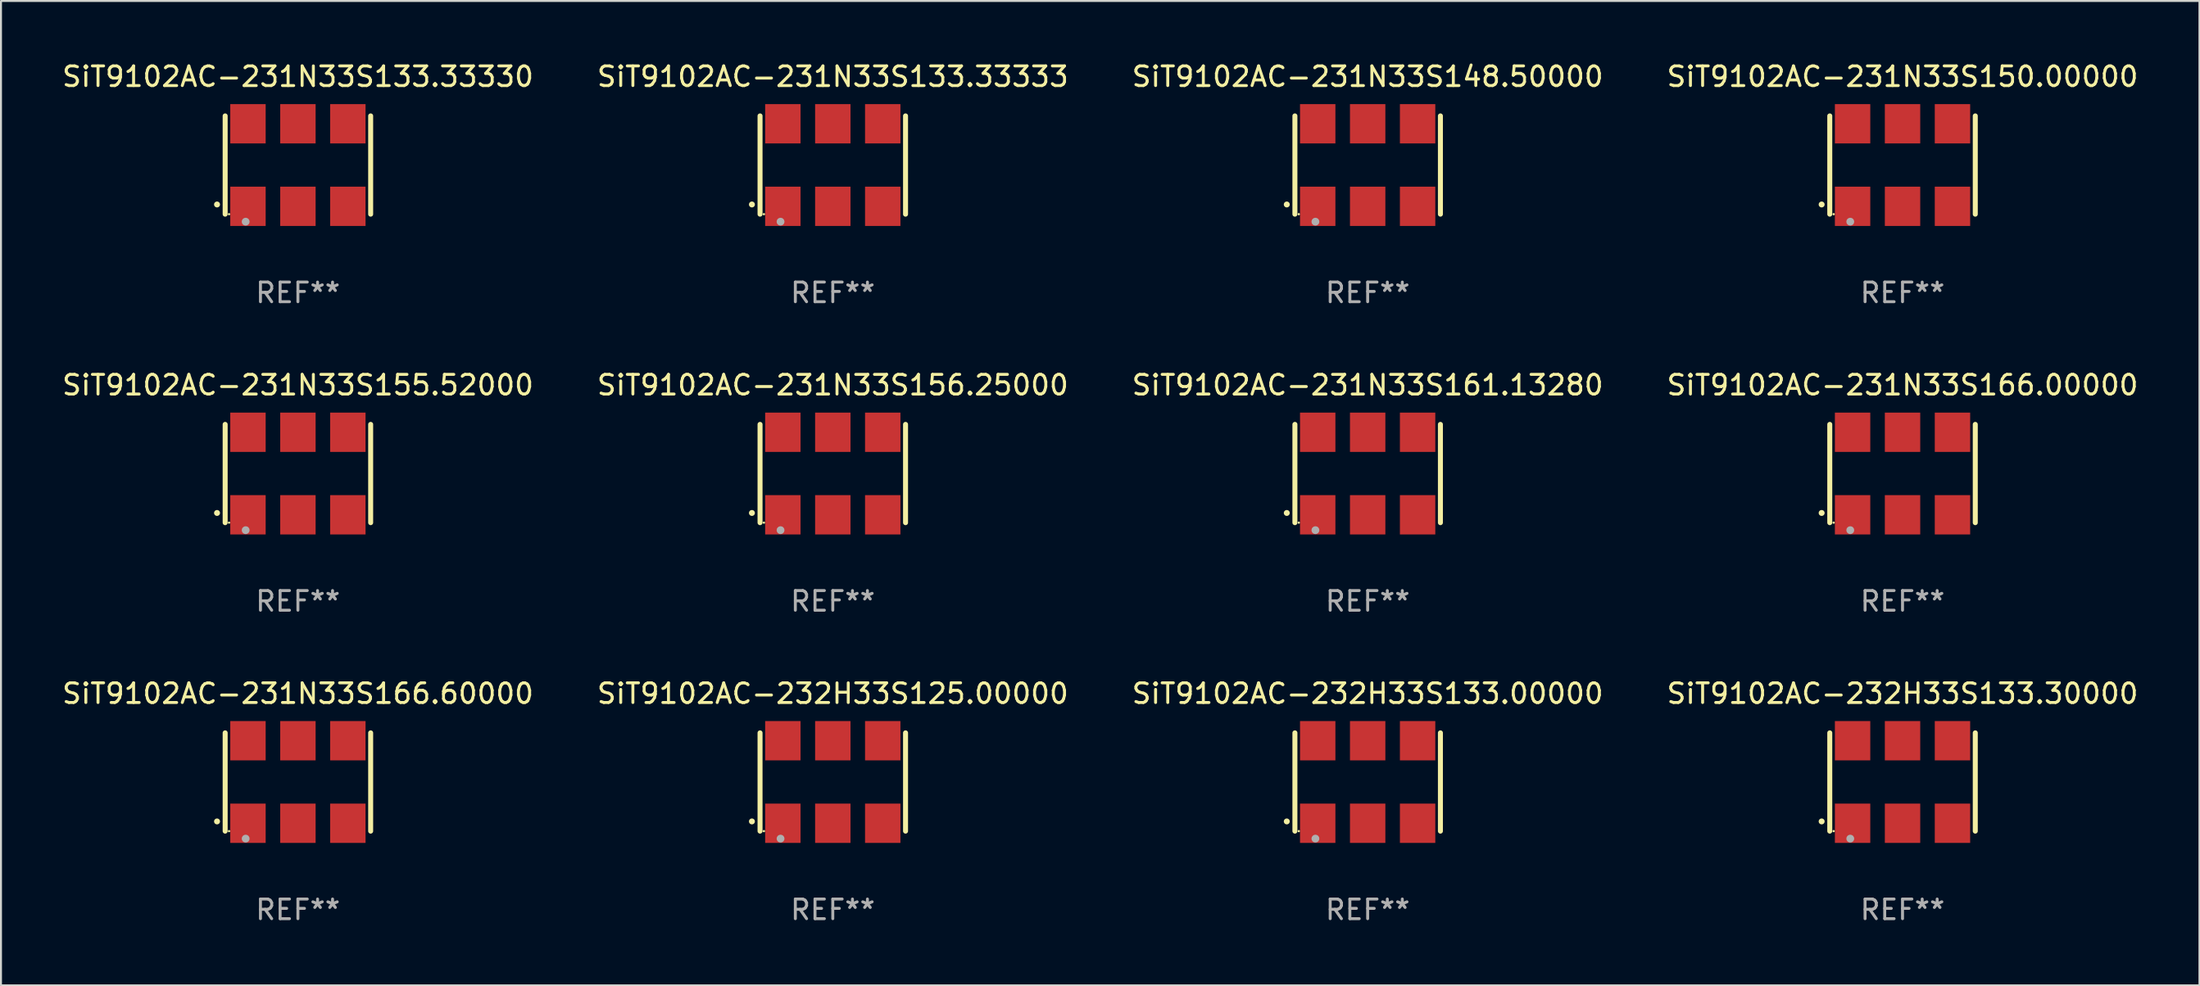
<source format=kicad_pcb>
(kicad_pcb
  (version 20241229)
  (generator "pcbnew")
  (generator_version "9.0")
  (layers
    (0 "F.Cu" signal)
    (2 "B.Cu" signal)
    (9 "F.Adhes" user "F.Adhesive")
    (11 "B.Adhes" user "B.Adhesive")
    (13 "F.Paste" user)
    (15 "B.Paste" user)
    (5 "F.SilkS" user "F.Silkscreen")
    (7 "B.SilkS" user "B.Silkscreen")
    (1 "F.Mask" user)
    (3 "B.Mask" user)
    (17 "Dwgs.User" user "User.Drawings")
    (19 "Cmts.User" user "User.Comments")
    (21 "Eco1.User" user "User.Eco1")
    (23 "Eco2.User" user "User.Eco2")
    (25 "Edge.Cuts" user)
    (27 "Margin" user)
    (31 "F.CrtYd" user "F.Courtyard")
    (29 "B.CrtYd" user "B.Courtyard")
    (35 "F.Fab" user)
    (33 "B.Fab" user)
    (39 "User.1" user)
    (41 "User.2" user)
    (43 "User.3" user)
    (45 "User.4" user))
  (footprint "SiT9102AC-231N33S133.33330"
    (layer "F.Cu")
    (at 12.101 5.348)
    (property "Reference" "SiT9102AC-231N33S133.33330" (at 0 -4.5 0) (layer "F.SilkS") (effects (font (size 1 1) (thickness 0.15))))
    (attr through_hole)
    (fp_line (start -3.7 -2.5) (end -3.7 2.5) (stroke (width 0.254) (type solid)) (layer "F.SilkS"))
    (fp_line (start 3.7 -2.5) (end 3.7 2.5) (stroke (width 0.254) (type solid)) (layer "F.SilkS"))
    (fp_arc (start -4.114415 2.006604) (mid -4.113145 2.006599) (end -4.111875 2.006604) (stroke (width 0.3) (type solid)) (layer "F.SilkS"))
    (fp_circle (center -3.502 2.5) (end -3.472 2.5) (stroke (width 0.06) (type solid)) (fill no) (layer "F.SilkS"))
    (fp_circle (center -2.657 2.882) (end -2.557 2.882) (stroke (width 0.2) (type solid)) (fill no) (layer "F.Fab"))
    (fp_text user "REF**" (at 0 6.5 0) (layer "F.Fab") (effects (font (size 1 1) (thickness 0.15))))
    (pad "1" smd rect (at -2.54 2.1) (size 1.8 2) (layers "F.Cu" "F.Mask" "F.Paste"))
    (pad "2" smd rect (at 0.000394 2.1) (size 1.8 2) (layers "F.Cu" "F.Mask" "F.Paste"))
    (pad "3" smd rect (at 2.54 2.1) (size 1.8 2) (layers "F.Cu" "F.Mask" "F.Paste"))
    (pad "4" smd rect (at 2.54 -2.1) (size 1.8 2) (layers "F.Cu" "F.Mask" "F.Paste"))
    (pad "5" smd rect (at 0.000394 -2.1) (size 1.8 2) (layers "F.Cu" "F.Mask" "F.Paste"))
    (pad "6" smd rect (at -2.54 -2.1) (size 1.8 2) (layers "F.Cu" "F.Mask" "F.Paste")))
  (footprint "SiT9102AC-232H33S125.00000"
    (layer "F.Cu")
    (at 39.304 36.741)
    (property "Reference" "SiT9102AC-232H33S125.00000" (at 0 -4.5 0) (layer "F.SilkS") (effects (font (size 1 1) (thickness 0.15))))
    (attr through_hole)
    (fp_line (start -3.7 -2.5) (end -3.7 2.5) (stroke (width 0.254) (type solid)) (layer "F.SilkS"))
    (fp_line (start 3.7 -2.5) (end 3.7 2.5) (stroke (width 0.254) (type solid)) (layer "F.SilkS"))
    (fp_arc (start -4.114415 2.006604) (mid -4.113145 2.006599) (end -4.111875 2.006604) (stroke (width 0.3) (type solid)) (layer "F.SilkS"))
    (fp_circle (center -3.502 2.5) (end -3.472 2.5) (stroke (width 0.06) (type solid)) (fill no) (layer "F.SilkS"))
    (fp_circle (center -2.657 2.882) (end -2.557 2.882) (stroke (width 0.2) (type solid)) (fill no) (layer "F.Fab"))
    (fp_text user "REF**" (at 0 6.5 0) (layer "F.Fab") (effects (font (size 1 1) (thickness 0.15))))
    (pad "1" smd rect (at -2.54 2.1) (size 1.8 2) (layers "F.Cu" "F.Mask" "F.Paste"))
    (pad "2" smd rect (at 0.000394 2.1) (size 1.8 2) (layers "F.Cu" "F.Mask" "F.Paste"))
    (pad "3" smd rect (at 2.54 2.1) (size 1.8 2) (layers "F.Cu" "F.Mask" "F.Paste"))
    (pad "4" smd rect (at 2.54 -2.1) (size 1.8 2) (layers "F.Cu" "F.Mask" "F.Paste"))
    (pad "5" smd rect (at 0.000394 -2.1) (size 1.8 2) (layers "F.Cu" "F.Mask" "F.Paste"))
    (pad "6" smd rect (at -2.54 -2.1) (size 1.8 2) (layers "F.Cu" "F.Mask" "F.Paste")))
  (footprint "SiT9102AC-231N33S150.00000"
    (layer "F.Cu")
    (at 93.708 5.348)
    (property "Reference" "SiT9102AC-231N33S150.00000" (at 0 -4.5 0) (layer "F.SilkS") (effects (font (size 1 1) (thickness 0.15))))
    (attr through_hole)
    (fp_line (start -3.7 -2.5) (end -3.7 2.5) (stroke (width 0.254) (type solid)) (layer "F.SilkS"))
    (fp_line (start 3.7 -2.5) (end 3.7 2.5) (stroke (width 0.254) (type solid)) (layer "F.SilkS"))
    (fp_arc (start -4.114415 2.006604) (mid -4.113145 2.006599) (end -4.111875 2.006604) (stroke (width 0.3) (type solid)) (layer "F.SilkS"))
    (fp_circle (center -3.502 2.5) (end -3.472 2.5) (stroke (width 0.06) (type solid)) (fill no) (layer "F.SilkS"))
    (fp_circle (center -2.657 2.882) (end -2.557 2.882) (stroke (width 0.2) (type solid)) (fill no) (layer "F.Fab"))
    (fp_text user "REF**" (at 0 6.5 0) (layer "F.Fab") (effects (font (size 1 1) (thickness 0.15))))
    (pad "1" smd rect (at -2.54 2.1) (size 1.8 2) (layers "F.Cu" "F.Mask" "F.Paste"))
    (pad "2" smd rect (at 0.000394 2.1) (size 1.8 2) (layers "F.Cu" "F.Mask" "F.Paste"))
    (pad "3" smd rect (at 2.54 2.1) (size 1.8 2) (layers "F.Cu" "F.Mask" "F.Paste"))
    (pad "4" smd rect (at 2.54 -2.1) (size 1.8 2) (layers "F.Cu" "F.Mask" "F.Paste"))
    (pad "5" smd rect (at 0.000394 -2.1) (size 1.8 2) (layers "F.Cu" "F.Mask" "F.Paste"))
    (pad "6" smd rect (at -2.54 -2.1) (size 1.8 2) (layers "F.Cu" "F.Mask" "F.Paste")))
  (footprint "SiT9102AC-231N33S148.50000"
    (layer "F.Cu")
    (at 66.506 5.348)
    (property "Reference" "SiT9102AC-231N33S148.50000" (at 0 -4.5 0) (layer "F.SilkS") (effects (font (size 1 1) (thickness 0.15))))
    (attr through_hole)
    (fp_line (start -3.7 -2.5) (end -3.7 2.5) (stroke (width 0.254) (type solid)) (layer "F.SilkS"))
    (fp_line (start 3.7 -2.5) (end 3.7 2.5) (stroke (width 0.254) (type solid)) (layer "F.SilkS"))
    (fp_arc (start -4.114415 2.006604) (mid -4.113145 2.006599) (end -4.111875 2.006604) (stroke (width 0.3) (type solid)) (layer "F.SilkS"))
    (fp_circle (center -3.502 2.5) (end -3.472 2.5) (stroke (width 0.06) (type solid)) (fill no) (layer "F.SilkS"))
    (fp_circle (center -2.657 2.882) (end -2.557 2.882) (stroke (width 0.2) (type solid)) (fill no) (layer "F.Fab"))
    (fp_text user "REF**" (at 0 6.5 0) (layer "F.Fab") (effects (font (size 1 1) (thickness 0.15))))
    (pad "1" smd rect (at -2.54 2.1) (size 1.8 2) (layers "F.Cu" "F.Mask" "F.Paste"))
    (pad "2" smd rect (at 0.000394 2.1) (size 1.8 2) (layers "F.Cu" "F.Mask" "F.Paste"))
    (pad "3" smd rect (at 2.54 2.1) (size 1.8 2) (layers "F.Cu" "F.Mask" "F.Paste"))
    (pad "4" smd rect (at 2.54 -2.1) (size 1.8 2) (layers "F.Cu" "F.Mask" "F.Paste"))
    (pad "5" smd rect (at 0.000394 -2.1) (size 1.8 2) (layers "F.Cu" "F.Mask" "F.Paste"))
    (pad "6" smd rect (at -2.54 -2.1) (size 1.8 2) (layers "F.Cu" "F.Mask" "F.Paste")))
  (footprint "SiT9102AC-231N33S161.13280"
    (layer "F.Cu")
    (at 66.506 21.045)
    (property "Reference" "SiT9102AC-231N33S161.13280" (at 0 -4.5 0) (layer "F.SilkS") (effects (font (size 1 1) (thickness 0.15))))
    (attr through_hole)
    (fp_line (start -3.7 -2.5) (end -3.7 2.5) (stroke (width 0.254) (type solid)) (layer "F.SilkS"))
    (fp_line (start 3.7 -2.5) (end 3.7 2.5) (stroke (width 0.254) (type solid)) (layer "F.SilkS"))
    (fp_arc (start -4.114415 2.006604) (mid -4.113145 2.006599) (end -4.111875 2.006604) (stroke (width 0.3) (type solid)) (layer "F.SilkS"))
    (fp_circle (center -3.502 2.5) (end -3.472 2.5) (stroke (width 0.06) (type solid)) (fill no) (layer "F.SilkS"))
    (fp_circle (center -2.657 2.882) (end -2.557 2.882) (stroke (width 0.2) (type solid)) (fill no) (layer "F.Fab"))
    (fp_text user "REF**" (at 0 6.5 0) (layer "F.Fab") (effects (font (size 1 1) (thickness 0.15))))
    (pad "1" smd rect (at -2.54 2.1) (size 1.8 2) (layers "F.Cu" "F.Mask" "F.Paste"))
    (pad "2" smd rect (at 0.000394 2.1) (size 1.8 2) (layers "F.Cu" "F.Mask" "F.Paste"))
    (pad "3" smd rect (at 2.54 2.1) (size 1.8 2) (layers "F.Cu" "F.Mask" "F.Paste"))
    (pad "4" smd rect (at 2.54 -2.1) (size 1.8 2) (layers "F.Cu" "F.Mask" "F.Paste"))
    (pad "5" smd rect (at 0.000394 -2.1) (size 1.8 2) (layers "F.Cu" "F.Mask" "F.Paste"))
    (pad "6" smd rect (at -2.54 -2.1) (size 1.8 2) (layers "F.Cu" "F.Mask" "F.Paste")))
  (footprint "SiT9102AC-231N33S166.00000"
    (layer "F.Cu")
    (at 93.708 21.045)
    (property "Reference" "SiT9102AC-231N33S166.00000" (at 0 -4.5 0) (layer "F.SilkS") (effects (font (size 1 1) (thickness 0.15))))
    (attr through_hole)
    (fp_line (start -3.7 -2.5) (end -3.7 2.5) (stroke (width 0.254) (type solid)) (layer "F.SilkS"))
    (fp_line (start 3.7 -2.5) (end 3.7 2.5) (stroke (width 0.254) (type solid)) (layer "F.SilkS"))
    (fp_arc (start -4.114415 2.006604) (mid -4.113145 2.006599) (end -4.111875 2.006604) (stroke (width 0.3) (type solid)) (layer "F.SilkS"))
    (fp_circle (center -3.502 2.5) (end -3.472 2.5) (stroke (width 0.06) (type solid)) (fill no) (layer "F.SilkS"))
    (fp_circle (center -2.657 2.882) (end -2.557 2.882) (stroke (width 0.2) (type solid)) (fill no) (layer "F.Fab"))
    (fp_text user "REF**" (at 0 6.5 0) (layer "F.Fab") (effects (font (size 1 1) (thickness 0.15))))
    (pad "1" smd rect (at -2.54 2.1) (size 1.8 2) (layers "F.Cu" "F.Mask" "F.Paste"))
    (pad "2" smd rect (at 0.000394 2.1) (size 1.8 2) (layers "F.Cu" "F.Mask" "F.Paste"))
    (pad "3" smd rect (at 2.54 2.1) (size 1.8 2) (layers "F.Cu" "F.Mask" "F.Paste"))
    (pad "4" smd rect (at 2.54 -2.1) (size 1.8 2) (layers "F.Cu" "F.Mask" "F.Paste"))
    (pad "5" smd rect (at 0.000394 -2.1) (size 1.8 2) (layers "F.Cu" "F.Mask" "F.Paste"))
    (pad "6" smd rect (at -2.54 -2.1) (size 1.8 2) (layers "F.Cu" "F.Mask" "F.Paste")))
  (footprint "SiT9102AC-231N33S156.25000"
    (layer "F.Cu")
    (at 39.304 21.045)
    (property "Reference" "SiT9102AC-231N33S156.25000" (at 0 -4.5 0) (layer "F.SilkS") (effects (font (size 1 1) (thickness 0.15))))
    (attr through_hole)
    (fp_line (start -3.7 -2.5) (end -3.7 2.5) (stroke (width 0.254) (type solid)) (layer "F.SilkS"))
    (fp_line (start 3.7 -2.5) (end 3.7 2.5) (stroke (width 0.254) (type solid)) (layer "F.SilkS"))
    (fp_arc (start -4.114415 2.006604) (mid -4.113145 2.006599) (end -4.111875 2.006604) (stroke (width 0.3) (type solid)) (layer "F.SilkS"))
    (fp_circle (center -3.502 2.5) (end -3.472 2.5) (stroke (width 0.06) (type solid)) (fill no) (layer "F.SilkS"))
    (fp_circle (center -2.657 2.882) (end -2.557 2.882) (stroke (width 0.2) (type solid)) (fill no) (layer "F.Fab"))
    (fp_text user "REF**" (at 0 6.5 0) (layer "F.Fab") (effects (font (size 1 1) (thickness 0.15))))
    (pad "1" smd rect (at -2.54 2.1) (size 1.8 2) (layers "F.Cu" "F.Mask" "F.Paste"))
    (pad "2" smd rect (at 0.000394 2.1) (size 1.8 2) (layers "F.Cu" "F.Mask" "F.Paste"))
    (pad "3" smd rect (at 2.54 2.1) (size 1.8 2) (layers "F.Cu" "F.Mask" "F.Paste"))
    (pad "4" smd rect (at 2.54 -2.1) (size 1.8 2) (layers "F.Cu" "F.Mask" "F.Paste"))
    (pad "5" smd rect (at 0.000394 -2.1) (size 1.8 2) (layers "F.Cu" "F.Mask" "F.Paste"))
    (pad "6" smd rect (at -2.54 -2.1) (size 1.8 2) (layers "F.Cu" "F.Mask" "F.Paste")))
  (footprint "SiT9102AC-231N33S133.33333"
    (layer "F.Cu")
    (at 39.304 5.348)
    (property "Reference" "SiT9102AC-231N33S133.33333" (at 0 -4.5 0) (layer "F.SilkS") (effects (font (size 1 1) (thickness 0.15))))
    (attr through_hole)
    (fp_line (start -3.7 -2.5) (end -3.7 2.5) (stroke (width 0.254) (type solid)) (layer "F.SilkS"))
    (fp_line (start 3.7 -2.5) (end 3.7 2.5) (stroke (width 0.254) (type solid)) (layer "F.SilkS"))
    (fp_arc (start -4.114415 2.006604) (mid -4.113145 2.006599) (end -4.111875 2.006604) (stroke (width 0.3) (type solid)) (layer "F.SilkS"))
    (fp_circle (center -3.502 2.5) (end -3.472 2.5) (stroke (width 0.06) (type solid)) (fill no) (layer "F.SilkS"))
    (fp_circle (center -2.657 2.882) (end -2.557 2.882) (stroke (width 0.2) (type solid)) (fill no) (layer "F.Fab"))
    (fp_text user "REF**" (at 0 6.5 0) (layer "F.Fab") (effects (font (size 1 1) (thickness 0.15))))
    (pad "1" smd rect (at -2.54 2.1) (size 1.8 2) (layers "F.Cu" "F.Mask" "F.Paste"))
    (pad "2" smd rect (at 0.000394 2.1) (size 1.8 2) (layers "F.Cu" "F.Mask" "F.Paste"))
    (pad "3" smd rect (at 2.54 2.1) (size 1.8 2) (layers "F.Cu" "F.Mask" "F.Paste"))
    (pad "4" smd rect (at 2.54 -2.1) (size 1.8 2) (layers "F.Cu" "F.Mask" "F.Paste"))
    (pad "5" smd rect (at 0.000394 -2.1) (size 1.8 2) (layers "F.Cu" "F.Mask" "F.Paste"))
    (pad "6" smd rect (at -2.54 -2.1) (size 1.8 2) (layers "F.Cu" "F.Mask" "F.Paste")))
  (footprint "SiT9102AC-231N33S166.60000"
    (layer "F.Cu")
    (at 12.101 36.741)
    (property "Reference" "SiT9102AC-231N33S166.60000" (at 0 -4.5 0) (layer "F.SilkS") (effects (font (size 1 1) (thickness 0.15))))
    (attr through_hole)
    (fp_line (start -3.7 -2.5) (end -3.7 2.5) (stroke (width 0.254) (type solid)) (layer "F.SilkS"))
    (fp_line (start 3.7 -2.5) (end 3.7 2.5) (stroke (width 0.254) (type solid)) (layer "F.SilkS"))
    (fp_arc (start -4.114415 2.006604) (mid -4.113145 2.006599) (end -4.111875 2.006604) (stroke (width 0.3) (type solid)) (layer "F.SilkS"))
    (fp_circle (center -3.502 2.5) (end -3.472 2.5) (stroke (width 0.06) (type solid)) (fill no) (layer "F.SilkS"))
    (fp_circle (center -2.657 2.882) (end -2.557 2.882) (stroke (width 0.2) (type solid)) (fill no) (layer "F.Fab"))
    (fp_text user "REF**" (at 0 6.5 0) (layer "F.Fab") (effects (font (size 1 1) (thickness 0.15))))
    (pad "1" smd rect (at -2.54 2.1) (size 1.8 2) (layers "F.Cu" "F.Mask" "F.Paste"))
    (pad "2" smd rect (at 0.000394 2.1) (size 1.8 2) (layers "F.Cu" "F.Mask" "F.Paste"))
    (pad "3" smd rect (at 2.54 2.1) (size 1.8 2) (layers "F.Cu" "F.Mask" "F.Paste"))
    (pad "4" smd rect (at 2.54 -2.1) (size 1.8 2) (layers "F.Cu" "F.Mask" "F.Paste"))
    (pad "5" smd rect (at 0.000394 -2.1) (size 1.8 2) (layers "F.Cu" "F.Mask" "F.Paste"))
    (pad "6" smd rect (at -2.54 -2.1) (size 1.8 2) (layers "F.Cu" "F.Mask" "F.Paste")))
  (footprint "SiT9102AC-232H33S133.30000"
    (layer "F.Cu")
    (at 93.708 36.741)
    (property "Reference" "SiT9102AC-232H33S133.30000" (at 0 -4.5 0) (layer "F.SilkS") (effects (font (size 1 1) (thickness 0.15))))
    (attr through_hole)
    (fp_line (start -3.7 -2.5) (end -3.7 2.5) (stroke (width 0.254) (type solid)) (layer "F.SilkS"))
    (fp_line (start 3.7 -2.5) (end 3.7 2.5) (stroke (width 0.254) (type solid)) (layer "F.SilkS"))
    (fp_arc (start -4.114415 2.006604) (mid -4.113145 2.006599) (end -4.111875 2.006604) (stroke (width 0.3) (type solid)) (layer "F.SilkS"))
    (fp_circle (center -3.502 2.5) (end -3.472 2.5) (stroke (width 0.06) (type solid)) (fill no) (layer "F.SilkS"))
    (fp_circle (center -2.657 2.882) (end -2.557 2.882) (stroke (width 0.2) (type solid)) (fill no) (layer "F.Fab"))
    (fp_text user "REF**" (at 0 6.5 0) (layer "F.Fab") (effects (font (size 1 1) (thickness 0.15))))
    (pad "1" smd rect (at -2.54 2.1) (size 1.8 2) (layers "F.Cu" "F.Mask" "F.Paste"))
    (pad "2" smd rect (at 0.000394 2.1) (size 1.8 2) (layers "F.Cu" "F.Mask" "F.Paste"))
    (pad "3" smd rect (at 2.54 2.1) (size 1.8 2) (layers "F.Cu" "F.Mask" "F.Paste"))
    (pad "4" smd rect (at 2.54 -2.1) (size 1.8 2) (layers "F.Cu" "F.Mask" "F.Paste"))
    (pad "5" smd rect (at 0.000394 -2.1) (size 1.8 2) (layers "F.Cu" "F.Mask" "F.Paste"))
    (pad "6" smd rect (at -2.54 -2.1) (size 1.8 2) (layers "F.Cu" "F.Mask" "F.Paste")))
  (footprint "SiT9102AC-231N33S155.52000"
    (layer "F.Cu")
    (at 12.101 21.045)
    (property "Reference" "SiT9102AC-231N33S155.52000" (at 0 -4.5 0) (layer "F.SilkS") (effects (font (size 1 1) (thickness 0.15))))
    (attr through_hole)
    (fp_line (start -3.7 -2.5) (end -3.7 2.5) (stroke (width 0.254) (type solid)) (layer "F.SilkS"))
    (fp_line (start 3.7 -2.5) (end 3.7 2.5) (stroke (width 0.254) (type solid)) (layer "F.SilkS"))
    (fp_arc (start -4.114415 2.006604) (mid -4.113145 2.006599) (end -4.111875 2.006604) (stroke (width 0.3) (type solid)) (layer "F.SilkS"))
    (fp_circle (center -3.502 2.5) (end -3.472 2.5) (stroke (width 0.06) (type solid)) (fill no) (layer "F.SilkS"))
    (fp_circle (center -2.657 2.882) (end -2.557 2.882) (stroke (width 0.2) (type solid)) (fill no) (layer "F.Fab"))
    (fp_text user "REF**" (at 0 6.5 0) (layer "F.Fab") (effects (font (size 1 1) (thickness 0.15))))
    (pad "1" smd rect (at -2.54 2.1) (size 1.8 2) (layers "F.Cu" "F.Mask" "F.Paste"))
    (pad "2" smd rect (at 0.000394 2.1) (size 1.8 2) (layers "F.Cu" "F.Mask" "F.Paste"))
    (pad "3" smd rect (at 2.54 2.1) (size 1.8 2) (layers "F.Cu" "F.Mask" "F.Paste"))
    (pad "4" smd rect (at 2.54 -2.1) (size 1.8 2) (layers "F.Cu" "F.Mask" "F.Paste"))
    (pad "5" smd rect (at 0.000394 -2.1) (size 1.8 2) (layers "F.Cu" "F.Mask" "F.Paste"))
    (pad "6" smd rect (at -2.54 -2.1) (size 1.8 2) (layers "F.Cu" "F.Mask" "F.Paste")))
  (footprint "SiT9102AC-232H33S133.00000"
    (layer "F.Cu")
    (at 66.506 36.741)
    (property "Reference" "SiT9102AC-232H33S133.00000" (at 0 -4.5 0) (layer "F.SilkS") (effects (font (size 1 1) (thickness 0.15))))
    (attr through_hole)
    (fp_line (start -3.7 -2.5) (end -3.7 2.5) (stroke (width 0.254) (type solid)) (layer "F.SilkS"))
    (fp_line (start 3.7 -2.5) (end 3.7 2.5) (stroke (width 0.254) (type solid)) (layer "F.SilkS"))
    (fp_arc (start -4.114415 2.006604) (mid -4.113145 2.006599) (end -4.111875 2.006604) (stroke (width 0.3) (type solid)) (layer "F.SilkS"))
    (fp_circle (center -3.502 2.5) (end -3.472 2.5) (stroke (width 0.06) (type solid)) (fill no) (layer "F.SilkS"))
    (fp_circle (center -2.657 2.882) (end -2.557 2.882) (stroke (width 0.2) (type solid)) (fill no) (layer "F.Fab"))
    (fp_text user "REF**" (at 0 6.5 0) (layer "F.Fab") (effects (font (size 1 1) (thickness 0.15))))
    (pad "1" smd rect (at -2.54 2.1) (size 1.8 2) (layers "F.Cu" "F.Mask" "F.Paste"))
    (pad "2" smd rect (at 0.000394 2.1) (size 1.8 2) (layers "F.Cu" "F.Mask" "F.Paste"))
    (pad "3" smd rect (at 2.54 2.1) (size 1.8 2) (layers "F.Cu" "F.Mask" "F.Paste"))
    (pad "4" smd rect (at 2.54 -2.1) (size 1.8 2) (layers "F.Cu" "F.Mask" "F.Paste"))
    (pad "5" smd rect (at 0.000394 -2.1) (size 1.8 2) (layers "F.Cu" "F.Mask" "F.Paste"))
    (pad "6" smd rect (at -2.54 -2.1) (size 1.8 2) (layers "F.Cu" "F.Mask" "F.Paste")))
  (gr_rect
    (start -3 -3)
    (end 108.81 47.09)
    (stroke (width 0.1) (type default))
    (fill no)
    (layer "Edge.Cuts")))
</source>
